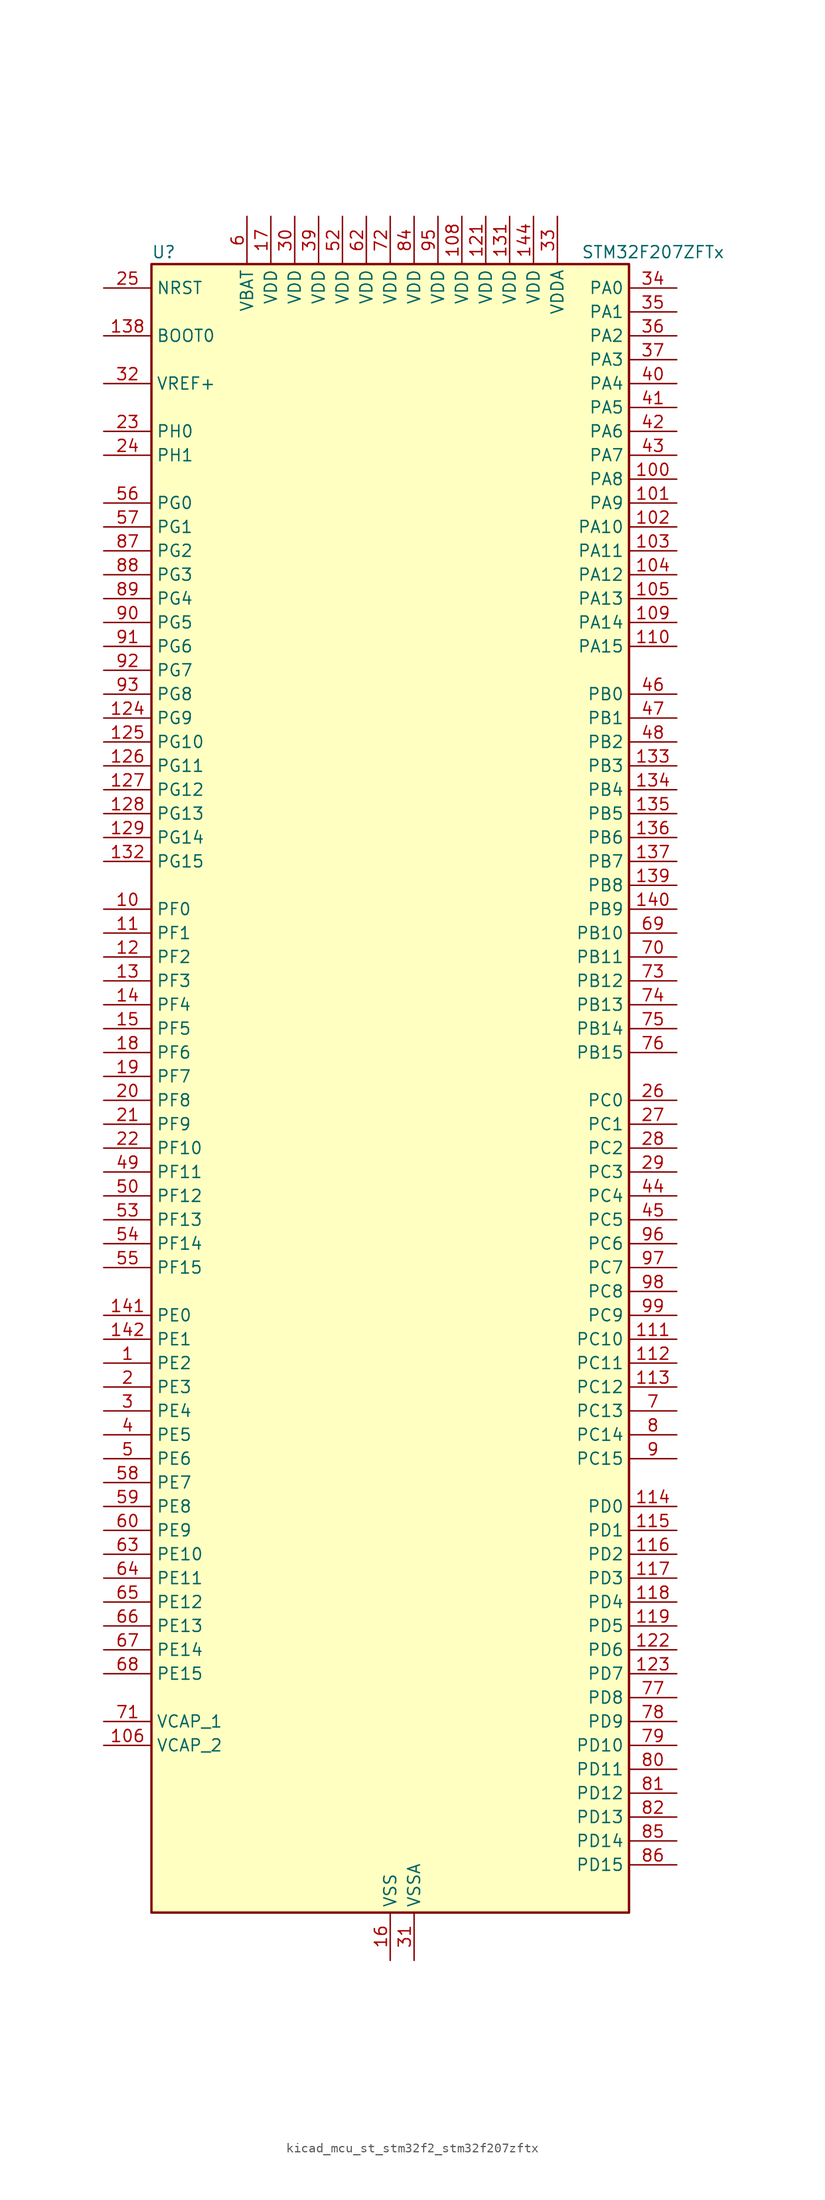
<source format=kicad_sym>
(kicad_symbol_lib
  (version 20220914)
  (generator kicad_symbol_editor)
  (symbol "kicad_mcu_st_stm32f2_stm32f207zftx"
    (property "Reference" "U"
      (at -25.4 90.17 0)
      (effects (font (size 1.27 1.27)) (justify left)))
    (property "Value" "STM32F207ZFTx"
      (at 20.32 90.17 0)
      (effects (font (size 1.27 1.27)) (justify left)))
    (property "ki_locked" ""
      (at 0 0 0)
      (effects (font (size 1.27 1.27))))
    (symbol "kicad_mcu_st_stm32f2_stm32f207zftx_0_1"
      (rectangle (start -25.4 -86.36) (end 25.4 88.9) (stroke (width 0.254) (type default)) (fill (type background))))
    (symbol "kicad_mcu_st_stm32f2_stm32f207zftx_1_1"
      (pin bidirectional line (at -30.48 -27.94 0) (length 5.08) (name "PE2" (effects (font (size 1.27 1.27)))) (number "1" (effects (font (size 1.27 1.27)))) (alternate "ETH_TXD3" bidirectional line) (alternate "FSMC_A23" bidirectional line) (alternate "SYS_TRACECLK" bidirectional line))
      (pin bidirectional line (at -30.48 20.32 0) (length 5.08) (name "PF0" (effects (font (size 1.27 1.27)))) (number "10" (effects (font (size 1.27 1.27)))) (alternate "FSMC_A0" bidirectional line) (alternate "I2C2_SDA" bidirectional line))
      (pin bidirectional line (at 30.48 66.04 180) (length 5.08) (name "PA8" (effects (font (size 1.27 1.27)))) (number "100" (effects (font (size 1.27 1.27)))) (alternate "I2C3_SCL" bidirectional line) (alternate "RCC_MCO_1" bidirectional line) (alternate "TIM1_CH1" bidirectional line) (alternate "USART1_CK" bidirectional line) (alternate "USB_OTG_FS_SOF" bidirectional line))
      (pin bidirectional line (at 30.48 63.5 180) (length 5.08) (name "PA9" (effects (font (size 1.27 1.27)))) (number "101" (effects (font (size 1.27 1.27)))) (alternate "DAC_EXTI9" bidirectional line) (alternate "DCMI_D0" bidirectional line) (alternate "I2C3_SMBA" bidirectional line) (alternate "TIM1_CH2" bidirectional line) (alternate "USART1_TX" bidirectional line) (alternate "USB_OTG_FS_VBUS" bidirectional line))
      (pin bidirectional line (at 30.48 60.96 180) (length 5.08) (name "PA10" (effects (font (size 1.27 1.27)))) (number "102" (effects (font (size 1.27 1.27)))) (alternate "DCMI_D1" bidirectional line) (alternate "TIM1_CH3" bidirectional line) (alternate "USART1_RX" bidirectional line) (alternate "USB_OTG_FS_ID" bidirectional line))
      (pin bidirectional line (at 30.48 58.42 180) (length 5.08) (name "PA11" (effects (font (size 1.27 1.27)))) (number "103" (effects (font (size 1.27 1.27)))) (alternate "ADC1_EXTI11" bidirectional line) (alternate "ADC2_EXTI11" bidirectional line) (alternate "ADC3_EXTI11" bidirectional line) (alternate "CAN1_RX" bidirectional line) (alternate "TIM1_CH4" bidirectional line) (alternate "USART1_CTS" bidirectional line) (alternate "USB_OTG_FS_DM" bidirectional line))
      (pin bidirectional line (at 30.48 55.88 180) (length 5.08) (name "PA12" (effects (font (size 1.27 1.27)))) (number "104" (effects (font (size 1.27 1.27)))) (alternate "CAN1_TX" bidirectional line) (alternate "TIM1_ETR" bidirectional line) (alternate "USART1_RTS" bidirectional line) (alternate "USB_OTG_FS_DP" bidirectional line))
      (pin bidirectional line (at 30.48 53.34 180) (length 5.08) (name "PA13" (effects (font (size 1.27 1.27)))) (number "105" (effects (font (size 1.27 1.27)))) (alternate "SYS_JTMS-SWDIO" bidirectional line))
      (pin power_out line (at -30.48 -68.58 0) (length 5.08) (name "VCAP_2" (effects (font (size 1.27 1.27)))) (number "106" (effects (font (size 1.27 1.27)))))
      (pin passive line (at 0 -91.44 90) (length 5.08) hide (name "VSS" (effects (font (size 1.27 1.27)))) (number "107" (effects (font (size 1.27 1.27)))))
      (pin power_in line (at 7.62 93.98 270) (length 5.08) (name "VDD" (effects (font (size 1.27 1.27)))) (number "108" (effects (font (size 1.27 1.27)))))
      (pin bidirectional line (at 30.48 50.8 180) (length 5.08) (name "PA14" (effects (font (size 1.27 1.27)))) (number "109" (effects (font (size 1.27 1.27)))) (alternate "SYS_JTCK-SWCLK" bidirectional line))
      (pin bidirectional line (at -30.48 17.78 0) (length 5.08) (name "PF1" (effects (font (size 1.27 1.27)))) (number "11" (effects (font (size 1.27 1.27)))) (alternate "FSMC_A1" bidirectional line) (alternate "I2C2_SCL" bidirectional line))
      (pin bidirectional line (at 30.48 48.26 180) (length 5.08) (name "PA15" (effects (font (size 1.27 1.27)))) (number "110" (effects (font (size 1.27 1.27)))) (alternate "ADC1_EXTI15" bidirectional line) (alternate "ADC2_EXTI15" bidirectional line) (alternate "ADC3_EXTI15" bidirectional line) (alternate "I2S3_WS" bidirectional line) (alternate "SPI1_NSS" bidirectional line) (alternate "SPI3_NSS" bidirectional line) (alternate "SYS_JTDI" bidirectional line) (alternate "TIM2_CH1" bidirectional line) (alternate "TIM2_ETR" bidirectional line))
      (pin bidirectional line (at 30.48 -25.4 180) (length 5.08) (name "PC10" (effects (font (size 1.27 1.27)))) (number "111" (effects (font (size 1.27 1.27)))) (alternate "DCMI_D8" bidirectional line) (alternate "I2S3_SCK" bidirectional line) (alternate "SDIO_D2" bidirectional line) (alternate "SPI3_SCK" bidirectional line) (alternate "UART4_TX" bidirectional line) (alternate "USART3_TX" bidirectional line))
      (pin bidirectional line (at 30.48 -27.94 180) (length 5.08) (name "PC11" (effects (font (size 1.27 1.27)))) (number "112" (effects (font (size 1.27 1.27)))) (alternate "ADC1_EXTI11" bidirectional line) (alternate "ADC2_EXTI11" bidirectional line) (alternate "ADC3_EXTI11" bidirectional line) (alternate "DCMI_D4" bidirectional line) (alternate "SDIO_D3" bidirectional line) (alternate "SPI3_MISO" bidirectional line) (alternate "UART4_RX" bidirectional line) (alternate "USART3_RX" bidirectional line))
      (pin bidirectional line (at 30.48 -30.48 180) (length 5.08) (name "PC12" (effects (font (size 1.27 1.27)))) (number "113" (effects (font (size 1.27 1.27)))) (alternate "DCMI_D9" bidirectional line) (alternate "I2S3_SD" bidirectional line) (alternate "SDIO_CK" bidirectional line) (alternate "SPI3_MOSI" bidirectional line) (alternate "UART5_TX" bidirectional line) (alternate "USART3_CK" bidirectional line))
      (pin bidirectional line (at 30.48 -43.18 180) (length 5.08) (name "PD0" (effects (font (size 1.27 1.27)))) (number "114" (effects (font (size 1.27 1.27)))) (alternate "CAN1_RX" bidirectional line) (alternate "FSMC_D2" bidirectional line) (alternate "FSMC_DA2" bidirectional line))
      (pin bidirectional line (at 30.48 -45.72 180) (length 5.08) (name "PD1" (effects (font (size 1.27 1.27)))) (number "115" (effects (font (size 1.27 1.27)))) (alternate "CAN1_TX" bidirectional line) (alternate "FSMC_D3" bidirectional line) (alternate "FSMC_DA3" bidirectional line))
      (pin bidirectional line (at 30.48 -48.26 180) (length 5.08) (name "PD2" (effects (font (size 1.27 1.27)))) (number "116" (effects (font (size 1.27 1.27)))) (alternate "DCMI_D11" bidirectional line) (alternate "SDIO_CMD" bidirectional line) (alternate "TIM3_ETR" bidirectional line) (alternate "UART5_RX" bidirectional line))
      (pin bidirectional line (at 30.48 -50.8 180) (length 5.08) (name "PD3" (effects (font (size 1.27 1.27)))) (number "117" (effects (font (size 1.27 1.27)))) (alternate "FSMC_CLK" bidirectional line) (alternate "USART2_CTS" bidirectional line))
      (pin bidirectional line (at 30.48 -53.34 180) (length 5.08) (name "PD4" (effects (font (size 1.27 1.27)))) (number "118" (effects (font (size 1.27 1.27)))) (alternate "FSMC_NOE" bidirectional line) (alternate "USART2_RTS" bidirectional line))
      (pin bidirectional line (at 30.48 -55.88 180) (length 5.08) (name "PD5" (effects (font (size 1.27 1.27)))) (number "119" (effects (font (size 1.27 1.27)))) (alternate "FSMC_NWE" bidirectional line) (alternate "USART2_TX" bidirectional line))
      (pin bidirectional line (at -30.48 15.24 0) (length 5.08) (name "PF2" (effects (font (size 1.27 1.27)))) (number "12" (effects (font (size 1.27 1.27)))) (alternate "FSMC_A2" bidirectional line) (alternate "I2C2_SMBA" bidirectional line))
      (pin passive line (at 0 -91.44 90) (length 5.08) hide (name "VSS" (effects (font (size 1.27 1.27)))) (number "120" (effects (font (size 1.27 1.27)))))
      (pin power_in line (at 10.16 93.98 270) (length 5.08) (name "VDD" (effects (font (size 1.27 1.27)))) (number "121" (effects (font (size 1.27 1.27)))))
      (pin bidirectional line (at 30.48 -58.42 180) (length 5.08) (name "PD6" (effects (font (size 1.27 1.27)))) (number "122" (effects (font (size 1.27 1.27)))) (alternate "FSMC_NWAIT" bidirectional line) (alternate "USART2_RX" bidirectional line))
      (pin bidirectional line (at 30.48 -60.96 180) (length 5.08) (name "PD7" (effects (font (size 1.27 1.27)))) (number "123" (effects (font (size 1.27 1.27)))) (alternate "FSMC_NCE2" bidirectional line) (alternate "FSMC_NE1" bidirectional line) (alternate "USART2_CK" bidirectional line))
      (pin bidirectional line (at -30.48 40.64 0) (length 5.08) (name "PG9" (effects (font (size 1.27 1.27)))) (number "124" (effects (font (size 1.27 1.27)))) (alternate "DAC_EXTI9" bidirectional line) (alternate "FSMC_NCE3" bidirectional line) (alternate "FSMC_NE2" bidirectional line) (alternate "USART6_RX" bidirectional line))
      (pin bidirectional line (at -30.48 38.1 0) (length 5.08) (name "PG10" (effects (font (size 1.27 1.27)))) (number "125" (effects (font (size 1.27 1.27)))) (alternate "FSMC_NCE4_1" bidirectional line) (alternate "FSMC_NE3" bidirectional line))
      (pin bidirectional line (at -30.48 35.56 0) (length 5.08) (name "PG11" (effects (font (size 1.27 1.27)))) (number "126" (effects (font (size 1.27 1.27)))) (alternate "ADC1_EXTI11" bidirectional line) (alternate "ADC2_EXTI11" bidirectional line) (alternate "ADC3_EXTI11" bidirectional line) (alternate "ETH_TX_EN" bidirectional line) (alternate "FSMC_NCE4_2" bidirectional line))
      (pin bidirectional line (at -30.48 33.02 0) (length 5.08) (name "PG12" (effects (font (size 1.27 1.27)))) (number "127" (effects (font (size 1.27 1.27)))) (alternate "FSMC_NE4" bidirectional line) (alternate "USART6_RTS" bidirectional line))
      (pin bidirectional line (at -30.48 30.48 0) (length 5.08) (name "PG13" (effects (font (size 1.27 1.27)))) (number "128" (effects (font (size 1.27 1.27)))) (alternate "ETH_TXD0" bidirectional line) (alternate "FSMC_A24" bidirectional line) (alternate "USART6_CTS" bidirectional line))
      (pin bidirectional line (at -30.48 27.94 0) (length 5.08) (name "PG14" (effects (font (size 1.27 1.27)))) (number "129" (effects (font (size 1.27 1.27)))) (alternate "ETH_TXD1" bidirectional line) (alternate "FSMC_A25" bidirectional line) (alternate "USART6_TX" bidirectional line))
      (pin bidirectional line (at -30.48 12.7 0) (length 5.08) (name "PF3" (effects (font (size 1.27 1.27)))) (number "13" (effects (font (size 1.27 1.27)))) (alternate "ADC3_IN9" bidirectional line) (alternate "FSMC_A3" bidirectional line))
      (pin passive line (at 0 -91.44 90) (length 5.08) hide (name "VSS" (effects (font (size 1.27 1.27)))) (number "130" (effects (font (size 1.27 1.27)))))
      (pin power_in line (at 12.7 93.98 270) (length 5.08) (name "VDD" (effects (font (size 1.27 1.27)))) (number "131" (effects (font (size 1.27 1.27)))))
      (pin bidirectional line (at -30.48 25.4 0) (length 5.08) (name "PG15" (effects (font (size 1.27 1.27)))) (number "132" (effects (font (size 1.27 1.27)))) (alternate "ADC1_EXTI15" bidirectional line) (alternate "ADC2_EXTI15" bidirectional line) (alternate "ADC3_EXTI15" bidirectional line) (alternate "DCMI_D13" bidirectional line) (alternate "USART6_CTS" bidirectional line))
      (pin bidirectional line (at 30.48 35.56 180) (length 5.08) (name "PB3" (effects (font (size 1.27 1.27)))) (number "133" (effects (font (size 1.27 1.27)))) (alternate "I2S3_SCK" bidirectional line) (alternate "SPI1_SCK" bidirectional line) (alternate "SPI3_SCK" bidirectional line) (alternate "SYS_JTDO-SWO" bidirectional line) (alternate "TIM2_CH2" bidirectional line))
      (pin bidirectional line (at 30.48 33.02 180) (length 5.08) (name "PB4" (effects (font (size 1.27 1.27)))) (number "134" (effects (font (size 1.27 1.27)))) (alternate "SPI1_MISO" bidirectional line) (alternate "SPI3_MISO" bidirectional line) (alternate "SYS_JTRST" bidirectional line) (alternate "TIM3_CH1" bidirectional line))
      (pin bidirectional line (at 30.48 30.48 180) (length 5.08) (name "PB5" (effects (font (size 1.27 1.27)))) (number "135" (effects (font (size 1.27 1.27)))) (alternate "CAN2_RX" bidirectional line) (alternate "DCMI_D10" bidirectional line) (alternate "ETH_PPS_OUT" bidirectional line) (alternate "I2C1_SMBA" bidirectional line) (alternate "I2S3_SD" bidirectional line) (alternate "SPI1_MOSI" bidirectional line) (alternate "SPI3_MOSI" bidirectional line) (alternate "TIM3_CH2" bidirectional line) (alternate "USB_OTG_HS_ULPI_D7" bidirectional line))
      (pin bidirectional line (at 30.48 27.94 180) (length 5.08) (name "PB6" (effects (font (size 1.27 1.27)))) (number "136" (effects (font (size 1.27 1.27)))) (alternate "CAN2_TX" bidirectional line) (alternate "DCMI_D5" bidirectional line) (alternate "I2C1_SCL" bidirectional line) (alternate "TIM4_CH1" bidirectional line) (alternate "USART1_TX" bidirectional line))
      (pin bidirectional line (at 30.48 25.4 180) (length 5.08) (name "PB7" (effects (font (size 1.27 1.27)))) (number "137" (effects (font (size 1.27 1.27)))) (alternate "DCMI_VSYNC" bidirectional line) (alternate "FSMC_NL" bidirectional line) (alternate "I2C1_SDA" bidirectional line) (alternate "TIM4_CH2" bidirectional line) (alternate "USART1_RX" bidirectional line))
      (pin input line (at -30.48 81.28 0) (length 5.08) (name "BOOT0" (effects (font (size 1.27 1.27)))) (number "138" (effects (font (size 1.27 1.27)))))
      (pin bidirectional line (at 30.48 22.86 180) (length 5.08) (name "PB8" (effects (font (size 1.27 1.27)))) (number "139" (effects (font (size 1.27 1.27)))) (alternate "CAN1_RX" bidirectional line) (alternate "DCMI_D6" bidirectional line) (alternate "ETH_TXD3" bidirectional line) (alternate "I2C1_SCL" bidirectional line) (alternate "SDIO_D4" bidirectional line) (alternate "TIM10_CH1" bidirectional line) (alternate "TIM4_CH3" bidirectional line))
      (pin bidirectional line (at -30.48 10.16 0) (length 5.08) (name "PF4" (effects (font (size 1.27 1.27)))) (number "14" (effects (font (size 1.27 1.27)))) (alternate "ADC3_IN14" bidirectional line) (alternate "FSMC_A4" bidirectional line))
      (pin bidirectional line (at 30.48 20.32 180) (length 5.08) (name "PB9" (effects (font (size 1.27 1.27)))) (number "140" (effects (font (size 1.27 1.27)))) (alternate "CAN1_TX" bidirectional line) (alternate "DAC_EXTI9" bidirectional line) (alternate "DCMI_D7" bidirectional line) (alternate "I2C1_SDA" bidirectional line) (alternate "I2S2_WS" bidirectional line) (alternate "SDIO_D5" bidirectional line) (alternate "SPI2_NSS" bidirectional line) (alternate "TIM11_CH1" bidirectional line) (alternate "TIM4_CH4" bidirectional line))
      (pin bidirectional line (at -30.48 -22.86 0) (length 5.08) (name "PE0" (effects (font (size 1.27 1.27)))) (number "141" (effects (font (size 1.27 1.27)))) (alternate "DCMI_D2" bidirectional line) (alternate "FSMC_NBL0" bidirectional line) (alternate "TIM4_ETR" bidirectional line))
      (pin bidirectional line (at -30.48 -25.4 0) (length 5.08) (name "PE1" (effects (font (size 1.27 1.27)))) (number "142" (effects (font (size 1.27 1.27)))) (alternate "DCMI_D3" bidirectional line) (alternate "FSMC_NBL1" bidirectional line))
      (pin no_connect line (at -25.4 -86.36 0) (length 5.08) hide (name "RFU" (effects (font (size 1.27 1.27)))) (number "143" (effects (font (size 1.27 1.27)))))
      (pin power_in line (at 15.24 93.98 270) (length 5.08) (name "VDD" (effects (font (size 1.27 1.27)))) (number "144" (effects (font (size 1.27 1.27)))))
      (pin bidirectional line (at -30.48 7.62 0) (length 5.08) (name "PF5" (effects (font (size 1.27 1.27)))) (number "15" (effects (font (size 1.27 1.27)))) (alternate "ADC3_IN15" bidirectional line) (alternate "FSMC_A5" bidirectional line))
      (pin power_in line (at 0 -91.44 90) (length 5.08) (name "VSS" (effects (font (size 1.27 1.27)))) (number "16" (effects (font (size 1.27 1.27)))))
      (pin power_in line (at -12.7 93.98 270) (length 5.08) (name "VDD" (effects (font (size 1.27 1.27)))) (number "17" (effects (font (size 1.27 1.27)))))
      (pin bidirectional line (at -30.48 5.08 0) (length 5.08) (name "PF6" (effects (font (size 1.27 1.27)))) (number "18" (effects (font (size 1.27 1.27)))) (alternate "ADC3_IN4" bidirectional line) (alternate "FSMC_NIORD" bidirectional line) (alternate "TIM10_CH1" bidirectional line))
      (pin bidirectional line (at -30.48 2.54 0) (length 5.08) (name "PF7" (effects (font (size 1.27 1.27)))) (number "19" (effects (font (size 1.27 1.27)))) (alternate "ADC3_IN5" bidirectional line) (alternate "FSMC_NREG" bidirectional line) (alternate "TIM11_CH1" bidirectional line))
      (pin bidirectional line (at -30.48 -30.48 0) (length 5.08) (name "PE3" (effects (font (size 1.27 1.27)))) (number "2" (effects (font (size 1.27 1.27)))) (alternate "FSMC_A19" bidirectional line) (alternate "SYS_TRACED0" bidirectional line))
      (pin bidirectional line (at -30.48 0 0) (length 5.08) (name "PF8" (effects (font (size 1.27 1.27)))) (number "20" (effects (font (size 1.27 1.27)))) (alternate "ADC3_IN6" bidirectional line) (alternate "FSMC_NIOWR" bidirectional line) (alternate "TIM13_CH1" bidirectional line))
      (pin bidirectional line (at -30.48 -2.54 0) (length 5.08) (name "PF9" (effects (font (size 1.27 1.27)))) (number "21" (effects (font (size 1.27 1.27)))) (alternate "ADC3_IN7" bidirectional line) (alternate "DAC_EXTI9" bidirectional line) (alternate "FSMC_CD" bidirectional line) (alternate "TIM14_CH1" bidirectional line))
      (pin bidirectional line (at -30.48 -5.08 0) (length 5.08) (name "PF10" (effects (font (size 1.27 1.27)))) (number "22" (effects (font (size 1.27 1.27)))) (alternate "ADC3_IN8" bidirectional line) (alternate "FSMC_INTR" bidirectional line))
      (pin bidirectional line (at -30.48 71.12 0) (length 5.08) (name "PH0" (effects (font (size 1.27 1.27)))) (number "23" (effects (font (size 1.27 1.27)))) (alternate "RCC_OSC_IN" bidirectional line))
      (pin bidirectional line (at -30.48 68.58 0) (length 5.08) (name "PH1" (effects (font (size 1.27 1.27)))) (number "24" (effects (font (size 1.27 1.27)))) (alternate "RCC_OSC_OUT" bidirectional line))
      (pin input line (at -30.48 86.36 0) (length 5.08) (name "NRST" (effects (font (size 1.27 1.27)))) (number "25" (effects (font (size 1.27 1.27)))))
      (pin bidirectional line (at 30.48 0 180) (length 5.08) (name "PC0" (effects (font (size 1.27 1.27)))) (number "26" (effects (font (size 1.27 1.27)))) (alternate "ADC1_IN10" bidirectional line) (alternate "ADC2_IN10" bidirectional line) (alternate "ADC3_IN10" bidirectional line) (alternate "USB_OTG_HS_ULPI_STP" bidirectional line))
      (pin bidirectional line (at 30.48 -2.54 180) (length 5.08) (name "PC1" (effects (font (size 1.27 1.27)))) (number "27" (effects (font (size 1.27 1.27)))) (alternate "ADC1_IN11" bidirectional line) (alternate "ADC2_IN11" bidirectional line) (alternate "ADC3_IN11" bidirectional line) (alternate "ETH_MDC" bidirectional line))
      (pin bidirectional line (at 30.48 -5.08 180) (length 5.08) (name "PC2" (effects (font (size 1.27 1.27)))) (number "28" (effects (font (size 1.27 1.27)))) (alternate "ADC1_IN12" bidirectional line) (alternate "ADC2_IN12" bidirectional line) (alternate "ADC3_IN12" bidirectional line) (alternate "ETH_TXD2" bidirectional line) (alternate "SPI2_MISO" bidirectional line) (alternate "USB_OTG_HS_ULPI_DIR" bidirectional line))
      (pin bidirectional line (at 30.48 -7.62 180) (length 5.08) (name "PC3" (effects (font (size 1.27 1.27)))) (number "29" (effects (font (size 1.27 1.27)))) (alternate "ADC1_IN13" bidirectional line) (alternate "ADC2_IN13" bidirectional line) (alternate "ADC3_IN13" bidirectional line) (alternate "ETH_TX_CLK" bidirectional line) (alternate "I2S2_SD" bidirectional line) (alternate "SPI2_MOSI" bidirectional line) (alternate "USB_OTG_HS_ULPI_NXT" bidirectional line))
      (pin bidirectional line (at -30.48 -33.02 0) (length 5.08) (name "PE4" (effects (font (size 1.27 1.27)))) (number "3" (effects (font (size 1.27 1.27)))) (alternate "DCMI_D4" bidirectional line) (alternate "FSMC_A20" bidirectional line) (alternate "SYS_TRACED1" bidirectional line))
      (pin power_in line (at -10.16 93.98 270) (length 5.08) (name "VDD" (effects (font (size 1.27 1.27)))) (number "30" (effects (font (size 1.27 1.27)))))
      (pin power_in line (at 2.54 -91.44 90) (length 5.08) (name "VSSA" (effects (font (size 1.27 1.27)))) (number "31" (effects (font (size 1.27 1.27)))))
      (pin input line (at -30.48 76.2 0) (length 5.08) (name "VREF+" (effects (font (size 1.27 1.27)))) (number "32" (effects (font (size 1.27 1.27)))))
      (pin power_in line (at 17.78 93.98 270) (length 5.08) (name "VDDA" (effects (font (size 1.27 1.27)))) (number "33" (effects (font (size 1.27 1.27)))))
      (pin bidirectional line (at 30.48 86.36 180) (length 5.08) (name "PA0" (effects (font (size 1.27 1.27)))) (number "34" (effects (font (size 1.27 1.27)))) (alternate "ADC1_IN0" bidirectional line) (alternate "ADC2_IN0" bidirectional line) (alternate "ADC3_IN0" bidirectional line) (alternate "ETH_CRS" bidirectional line) (alternate "SYS_WKUP" bidirectional line) (alternate "TIM2_CH1" bidirectional line) (alternate "TIM2_ETR" bidirectional line) (alternate "TIM5_CH1" bidirectional line) (alternate "TIM8_ETR" bidirectional line) (alternate "UART4_TX" bidirectional line) (alternate "USART2_CTS" bidirectional line))
      (pin bidirectional line (at 30.48 83.82 180) (length 5.08) (name "PA1" (effects (font (size 1.27 1.27)))) (number "35" (effects (font (size 1.27 1.27)))) (alternate "ADC1_IN1" bidirectional line) (alternate "ADC2_IN1" bidirectional line) (alternate "ADC3_IN1" bidirectional line) (alternate "ETH_REF_CLK" bidirectional line) (alternate "ETH_RX_CLK" bidirectional line) (alternate "TIM2_CH2" bidirectional line) (alternate "TIM5_CH2" bidirectional line) (alternate "UART4_RX" bidirectional line) (alternate "USART2_RTS" bidirectional line))
      (pin bidirectional line (at 30.48 81.28 180) (length 5.08) (name "PA2" (effects (font (size 1.27 1.27)))) (number "36" (effects (font (size 1.27 1.27)))) (alternate "ADC1_IN2" bidirectional line) (alternate "ADC2_IN2" bidirectional line) (alternate "ADC3_IN2" bidirectional line) (alternate "ETH_MDIO" bidirectional line) (alternate "TIM2_CH3" bidirectional line) (alternate "TIM5_CH3" bidirectional line) (alternate "TIM9_CH1" bidirectional line) (alternate "USART2_TX" bidirectional line))
      (pin bidirectional line (at 30.48 78.74 180) (length 5.08) (name "PA3" (effects (font (size 1.27 1.27)))) (number "37" (effects (font (size 1.27 1.27)))) (alternate "ADC1_IN3" bidirectional line) (alternate "ADC2_IN3" bidirectional line) (alternate "ADC3_IN3" bidirectional line) (alternate "ETH_COL" bidirectional line) (alternate "TIM2_CH4" bidirectional line) (alternate "TIM5_CH4" bidirectional line) (alternate "TIM9_CH2" bidirectional line) (alternate "USART2_RX" bidirectional line) (alternate "USB_OTG_HS_ULPI_D0" bidirectional line))
      (pin passive line (at 0 -91.44 90) (length 5.08) hide (name "VSS" (effects (font (size 1.27 1.27)))) (number "38" (effects (font (size 1.27 1.27)))))
      (pin power_in line (at -7.62 93.98 270) (length 5.08) (name "VDD" (effects (font (size 1.27 1.27)))) (number "39" (effects (font (size 1.27 1.27)))))
      (pin bidirectional line (at -30.48 -35.56 0) (length 5.08) (name "PE5" (effects (font (size 1.27 1.27)))) (number "4" (effects (font (size 1.27 1.27)))) (alternate "DCMI_D6" bidirectional line) (alternate "FSMC_A21" bidirectional line) (alternate "SYS_TRACED2" bidirectional line) (alternate "TIM9_CH1" bidirectional line))
      (pin bidirectional line (at 30.48 76.2 180) (length 5.08) (name "PA4" (effects (font (size 1.27 1.27)))) (number "40" (effects (font (size 1.27 1.27)))) (alternate "ADC1_IN4" bidirectional line) (alternate "ADC2_IN4" bidirectional line) (alternate "DAC_OUT1" bidirectional line) (alternate "DCMI_HSYNC" bidirectional line) (alternate "I2S3_WS" bidirectional line) (alternate "SPI1_NSS" bidirectional line) (alternate "SPI3_NSS" bidirectional line) (alternate "USART2_CK" bidirectional line) (alternate "USB_OTG_HS_SOF" bidirectional line))
      (pin bidirectional line (at 30.48 73.66 180) (length 5.08) (name "PA5" (effects (font (size 1.27 1.27)))) (number "41" (effects (font (size 1.27 1.27)))) (alternate "ADC1_IN5" bidirectional line) (alternate "ADC2_IN5" bidirectional line) (alternate "DAC_OUT2" bidirectional line) (alternate "SPI1_SCK" bidirectional line) (alternate "TIM2_CH1" bidirectional line) (alternate "TIM2_ETR" bidirectional line) (alternate "TIM8_CH1N" bidirectional line) (alternate "USB_OTG_HS_ULPI_CK" bidirectional line))
      (pin bidirectional line (at 30.48 71.12 180) (length 5.08) (name "PA6" (effects (font (size 1.27 1.27)))) (number "42" (effects (font (size 1.27 1.27)))) (alternate "ADC1_IN6" bidirectional line) (alternate "ADC2_IN6" bidirectional line) (alternate "DCMI_PIXCLK" bidirectional line) (alternate "SPI1_MISO" bidirectional line) (alternate "TIM13_CH1" bidirectional line) (alternate "TIM1_BKIN" bidirectional line) (alternate "TIM3_CH1" bidirectional line) (alternate "TIM8_BKIN" bidirectional line))
      (pin bidirectional line (at 30.48 68.58 180) (length 5.08) (name "PA7" (effects (font (size 1.27 1.27)))) (number "43" (effects (font (size 1.27 1.27)))) (alternate "ADC1_IN7" bidirectional line) (alternate "ADC2_IN7" bidirectional line) (alternate "ETH_CRS_DV" bidirectional line) (alternate "ETH_RX_DV" bidirectional line) (alternate "SPI1_MOSI" bidirectional line) (alternate "TIM14_CH1" bidirectional line) (alternate "TIM1_CH1N" bidirectional line) (alternate "TIM3_CH2" bidirectional line) (alternate "TIM8_CH1N" bidirectional line))
      (pin bidirectional line (at 30.48 -10.16 180) (length 5.08) (name "PC4" (effects (font (size 1.27 1.27)))) (number "44" (effects (font (size 1.27 1.27)))) (alternate "ADC1_IN14" bidirectional line) (alternate "ADC2_IN14" bidirectional line) (alternate "ETH_RXD0" bidirectional line))
      (pin bidirectional line (at 30.48 -12.7 180) (length 5.08) (name "PC5" (effects (font (size 1.27 1.27)))) (number "45" (effects (font (size 1.27 1.27)))) (alternate "ADC1_IN15" bidirectional line) (alternate "ADC2_IN15" bidirectional line) (alternate "ETH_RXD1" bidirectional line))
      (pin bidirectional line (at 30.48 43.18 180) (length 5.08) (name "PB0" (effects (font (size 1.27 1.27)))) (number "46" (effects (font (size 1.27 1.27)))) (alternate "ADC1_IN8" bidirectional line) (alternate "ADC2_IN8" bidirectional line) (alternate "ETH_RXD2" bidirectional line) (alternate "TIM1_CH2N" bidirectional line) (alternate "TIM3_CH3" bidirectional line) (alternate "TIM8_CH2N" bidirectional line) (alternate "USB_OTG_HS_ULPI_D1" bidirectional line))
      (pin bidirectional line (at 30.48 40.64 180) (length 5.08) (name "PB1" (effects (font (size 1.27 1.27)))) (number "47" (effects (font (size 1.27 1.27)))) (alternate "ADC1_IN9" bidirectional line) (alternate "ADC2_IN9" bidirectional line) (alternate "ETH_RXD3" bidirectional line) (alternate "TIM1_CH3N" bidirectional line) (alternate "TIM3_CH4" bidirectional line) (alternate "TIM8_CH3N" bidirectional line) (alternate "USB_OTG_HS_ULPI_D2" bidirectional line))
      (pin bidirectional line (at 30.48 38.1 180) (length 5.08) (name "PB2" (effects (font (size 1.27 1.27)))) (number "48" (effects (font (size 1.27 1.27)))))
      (pin bidirectional line (at -30.48 -7.62 0) (length 5.08) (name "PF11" (effects (font (size 1.27 1.27)))) (number "49" (effects (font (size 1.27 1.27)))) (alternate "ADC1_EXTI11" bidirectional line) (alternate "ADC2_EXTI11" bidirectional line) (alternate "ADC3_EXTI11" bidirectional line) (alternate "DCMI_D12" bidirectional line))
      (pin bidirectional line (at -30.48 -38.1 0) (length 5.08) (name "PE6" (effects (font (size 1.27 1.27)))) (number "5" (effects (font (size 1.27 1.27)))) (alternate "DCMI_D7" bidirectional line) (alternate "FSMC_A22" bidirectional line) (alternate "SYS_TRACED3" bidirectional line) (alternate "TIM9_CH2" bidirectional line))
      (pin bidirectional line (at -30.48 -10.16 0) (length 5.08) (name "PF12" (effects (font (size 1.27 1.27)))) (number "50" (effects (font (size 1.27 1.27)))) (alternate "FSMC_A6" bidirectional line))
      (pin passive line (at 0 -91.44 90) (length 5.08) hide (name "VSS" (effects (font (size 1.27 1.27)))) (number "51" (effects (font (size 1.27 1.27)))))
      (pin power_in line (at -5.08 93.98 270) (length 5.08) (name "VDD" (effects (font (size 1.27 1.27)))) (number "52" (effects (font (size 1.27 1.27)))))
      (pin bidirectional line (at -30.48 -12.7 0) (length 5.08) (name "PF13" (effects (font (size 1.27 1.27)))) (number "53" (effects (font (size 1.27 1.27)))) (alternate "FSMC_A7" bidirectional line))
      (pin bidirectional line (at -30.48 -15.24 0) (length 5.08) (name "PF14" (effects (font (size 1.27 1.27)))) (number "54" (effects (font (size 1.27 1.27)))) (alternate "FSMC_A8" bidirectional line))
      (pin bidirectional line (at -30.48 -17.78 0) (length 5.08) (name "PF15" (effects (font (size 1.27 1.27)))) (number "55" (effects (font (size 1.27 1.27)))) (alternate "ADC1_EXTI15" bidirectional line) (alternate "ADC2_EXTI15" bidirectional line) (alternate "ADC3_EXTI15" bidirectional line) (alternate "FSMC_A9" bidirectional line))
      (pin bidirectional line (at -30.48 63.5 0) (length 5.08) (name "PG0" (effects (font (size 1.27 1.27)))) (number "56" (effects (font (size 1.27 1.27)))) (alternate "FSMC_A10" bidirectional line))
      (pin bidirectional line (at -30.48 60.96 0) (length 5.08) (name "PG1" (effects (font (size 1.27 1.27)))) (number "57" (effects (font (size 1.27 1.27)))) (alternate "FSMC_A11" bidirectional line))
      (pin bidirectional line (at -30.48 -40.64 0) (length 5.08) (name "PE7" (effects (font (size 1.27 1.27)))) (number "58" (effects (font (size 1.27 1.27)))) (alternate "FSMC_D4" bidirectional line) (alternate "FSMC_DA4" bidirectional line) (alternate "TIM1_ETR" bidirectional line))
      (pin bidirectional line (at -30.48 -43.18 0) (length 5.08) (name "PE8" (effects (font (size 1.27 1.27)))) (number "59" (effects (font (size 1.27 1.27)))) (alternate "FSMC_D5" bidirectional line) (alternate "FSMC_DA5" bidirectional line) (alternate "TIM1_CH1N" bidirectional line))
      (pin power_in line (at -15.24 93.98 270) (length 5.08) (name "VBAT" (effects (font (size 1.27 1.27)))) (number "6" (effects (font (size 1.27 1.27)))))
      (pin bidirectional line (at -30.48 -45.72 0) (length 5.08) (name "PE9" (effects (font (size 1.27 1.27)))) (number "60" (effects (font (size 1.27 1.27)))) (alternate "DAC_EXTI9" bidirectional line) (alternate "FSMC_D6" bidirectional line) (alternate "FSMC_DA6" bidirectional line) (alternate "TIM1_CH1" bidirectional line))
      (pin passive line (at 0 -91.44 90) (length 5.08) hide (name "VSS" (effects (font (size 1.27 1.27)))) (number "61" (effects (font (size 1.27 1.27)))))
      (pin power_in line (at -2.54 93.98 270) (length 5.08) (name "VDD" (effects (font (size 1.27 1.27)))) (number "62" (effects (font (size 1.27 1.27)))))
      (pin bidirectional line (at -30.48 -48.26 0) (length 5.08) (name "PE10" (effects (font (size 1.27 1.27)))) (number "63" (effects (font (size 1.27 1.27)))) (alternate "FSMC_D7" bidirectional line) (alternate "FSMC_DA7" bidirectional line) (alternate "TIM1_CH2N" bidirectional line))
      (pin bidirectional line (at -30.48 -50.8 0) (length 5.08) (name "PE11" (effects (font (size 1.27 1.27)))) (number "64" (effects (font (size 1.27 1.27)))) (alternate "ADC1_EXTI11" bidirectional line) (alternate "ADC2_EXTI11" bidirectional line) (alternate "ADC3_EXTI11" bidirectional line) (alternate "FSMC_D8" bidirectional line) (alternate "FSMC_DA8" bidirectional line) (alternate "TIM1_CH2" bidirectional line))
      (pin bidirectional line (at -30.48 -53.34 0) (length 5.08) (name "PE12" (effects (font (size 1.27 1.27)))) (number "65" (effects (font (size 1.27 1.27)))) (alternate "FSMC_D9" bidirectional line) (alternate "FSMC_DA9" bidirectional line) (alternate "TIM1_CH3N" bidirectional line))
      (pin bidirectional line (at -30.48 -55.88 0) (length 5.08) (name "PE13" (effects (font (size 1.27 1.27)))) (number "66" (effects (font (size 1.27 1.27)))) (alternate "FSMC_D10" bidirectional line) (alternate "FSMC_DA10" bidirectional line) (alternate "TIM1_CH3" bidirectional line))
      (pin bidirectional line (at -30.48 -58.42 0) (length 5.08) (name "PE14" (effects (font (size 1.27 1.27)))) (number "67" (effects (font (size 1.27 1.27)))) (alternate "FSMC_D11" bidirectional line) (alternate "FSMC_DA11" bidirectional line) (alternate "TIM1_CH4" bidirectional line))
      (pin bidirectional line (at -30.48 -60.96 0) (length 5.08) (name "PE15" (effects (font (size 1.27 1.27)))) (number "68" (effects (font (size 1.27 1.27)))) (alternate "ADC1_EXTI15" bidirectional line) (alternate "ADC2_EXTI15" bidirectional line) (alternate "ADC3_EXTI15" bidirectional line) (alternate "FSMC_D12" bidirectional line) (alternate "FSMC_DA12" bidirectional line) (alternate "TIM1_BKIN" bidirectional line))
      (pin bidirectional line (at 30.48 17.78 180) (length 5.08) (name "PB10" (effects (font (size 1.27 1.27)))) (number "69" (effects (font (size 1.27 1.27)))) (alternate "ETH_RX_ER" bidirectional line) (alternate "I2C2_SCL" bidirectional line) (alternate "I2S2_SCK" bidirectional line) (alternate "SPI2_SCK" bidirectional line) (alternate "TIM2_CH3" bidirectional line) (alternate "USART3_TX" bidirectional line) (alternate "USB_OTG_HS_ULPI_D3" bidirectional line))
      (pin bidirectional line (at 30.48 -33.02 180) (length 5.08) (name "PC13" (effects (font (size 1.27 1.27)))) (number "7" (effects (font (size 1.27 1.27)))) (alternate "RTC_AF1" bidirectional line))
      (pin bidirectional line (at 30.48 15.24 180) (length 5.08) (name "PB11" (effects (font (size 1.27 1.27)))) (number "70" (effects (font (size 1.27 1.27)))) (alternate "ADC1_EXTI11" bidirectional line) (alternate "ADC2_EXTI11" bidirectional line) (alternate "ADC3_EXTI11" bidirectional line) (alternate "ETH_TX_EN" bidirectional line) (alternate "I2C2_SDA" bidirectional line) (alternate "TIM2_CH4" bidirectional line) (alternate "USART3_RX" bidirectional line) (alternate "USB_OTG_HS_ULPI_D4" bidirectional line))
      (pin power_out line (at -30.48 -66.04 0) (length 5.08) (name "VCAP_1" (effects (font (size 1.27 1.27)))) (number "71" (effects (font (size 1.27 1.27)))))
      (pin power_in line (at 0 93.98 270) (length 5.08) (name "VDD" (effects (font (size 1.27 1.27)))) (number "72" (effects (font (size 1.27 1.27)))))
      (pin bidirectional line (at 30.48 12.7 180) (length 5.08) (name "PB12" (effects (font (size 1.27 1.27)))) (number "73" (effects (font (size 1.27 1.27)))) (alternate "CAN2_RX" bidirectional line) (alternate "ETH_TXD0" bidirectional line) (alternate "I2C2_SMBA" bidirectional line) (alternate "I2S2_WS" bidirectional line) (alternate "SPI2_NSS" bidirectional line) (alternate "TIM1_BKIN" bidirectional line) (alternate "USART3_CK" bidirectional line) (alternate "USB_OTG_HS_ID" bidirectional line) (alternate "USB_OTG_HS_ULPI_D5" bidirectional line))
      (pin bidirectional line (at 30.48 10.16 180) (length 5.08) (name "PB13" (effects (font (size 1.27 1.27)))) (number "74" (effects (font (size 1.27 1.27)))) (alternate "CAN2_TX" bidirectional line) (alternate "ETH_TXD1" bidirectional line) (alternate "I2S2_SCK" bidirectional line) (alternate "SPI2_SCK" bidirectional line) (alternate "TIM1_CH1N" bidirectional line) (alternate "USART3_CTS" bidirectional line) (alternate "USB_OTG_HS_ULPI_D6" bidirectional line) (alternate "USB_OTG_HS_VBUS" bidirectional line))
      (pin bidirectional line (at 30.48 7.62 180) (length 5.08) (name "PB14" (effects (font (size 1.27 1.27)))) (number "75" (effects (font (size 1.27 1.27)))) (alternate "SPI2_MISO" bidirectional line) (alternate "TIM12_CH1" bidirectional line) (alternate "TIM1_CH2N" bidirectional line) (alternate "TIM8_CH2N" bidirectional line) (alternate "USART3_RTS" bidirectional line) (alternate "USB_OTG_HS_DM" bidirectional line))
      (pin bidirectional line (at 30.48 5.08 180) (length 5.08) (name "PB15" (effects (font (size 1.27 1.27)))) (number "76" (effects (font (size 1.27 1.27)))) (alternate "ADC1_EXTI15" bidirectional line) (alternate "ADC2_EXTI15" bidirectional line) (alternate "ADC3_EXTI15" bidirectional line) (alternate "I2S2_SD" bidirectional line) (alternate "RTC_REFIN" bidirectional line) (alternate "SPI2_MOSI" bidirectional line) (alternate "TIM12_CH2" bidirectional line) (alternate "TIM1_CH3N" bidirectional line) (alternate "TIM8_CH3N" bidirectional line) (alternate "USB_OTG_HS_DP" bidirectional line))
      (pin bidirectional line (at 30.48 -63.5 180) (length 5.08) (name "PD8" (effects (font (size 1.27 1.27)))) (number "77" (effects (font (size 1.27 1.27)))) (alternate "FSMC_D13" bidirectional line) (alternate "FSMC_DA13" bidirectional line) (alternate "USART3_TX" bidirectional line))
      (pin bidirectional line (at 30.48 -66.04 180) (length 5.08) (name "PD9" (effects (font (size 1.27 1.27)))) (number "78" (effects (font (size 1.27 1.27)))) (alternate "DAC_EXTI9" bidirectional line) (alternate "FSMC_D14" bidirectional line) (alternate "FSMC_DA14" bidirectional line) (alternate "USART3_RX" bidirectional line))
      (pin bidirectional line (at 30.48 -68.58 180) (length 5.08) (name "PD10" (effects (font (size 1.27 1.27)))) (number "79" (effects (font (size 1.27 1.27)))) (alternate "FSMC_D15" bidirectional line) (alternate "FSMC_DA15" bidirectional line) (alternate "USART3_CK" bidirectional line))
      (pin bidirectional line (at 30.48 -35.56 180) (length 5.08) (name "PC14" (effects (font (size 1.27 1.27)))) (number "8" (effects (font (size 1.27 1.27)))) (alternate "RCC_OSC32_IN" bidirectional line))
      (pin bidirectional line (at 30.48 -71.12 180) (length 5.08) (name "PD11" (effects (font (size 1.27 1.27)))) (number "80" (effects (font (size 1.27 1.27)))) (alternate "ADC1_EXTI11" bidirectional line) (alternate "ADC2_EXTI11" bidirectional line) (alternate "ADC3_EXTI11" bidirectional line) (alternate "FSMC_A16" bidirectional line) (alternate "FSMC_CLE" bidirectional line) (alternate "USART3_CTS" bidirectional line))
      (pin bidirectional line (at 30.48 -73.66 180) (length 5.08) (name "PD12" (effects (font (size 1.27 1.27)))) (number "81" (effects (font (size 1.27 1.27)))) (alternate "FSMC_A17" bidirectional line) (alternate "FSMC_ALE" bidirectional line) (alternate "TIM4_CH1" bidirectional line) (alternate "USART3_RTS" bidirectional line))
      (pin bidirectional line (at 30.48 -76.2 180) (length 5.08) (name "PD13" (effects (font (size 1.27 1.27)))) (number "82" (effects (font (size 1.27 1.27)))) (alternate "FSMC_A18" bidirectional line) (alternate "TIM4_CH2" bidirectional line))
      (pin passive line (at 0 -91.44 90) (length 5.08) hide (name "VSS" (effects (font (size 1.27 1.27)))) (number "83" (effects (font (size 1.27 1.27)))))
      (pin power_in line (at 2.54 93.98 270) (length 5.08) (name "VDD" (effects (font (size 1.27 1.27)))) (number "84" (effects (font (size 1.27 1.27)))))
      (pin bidirectional line (at 30.48 -78.74 180) (length 5.08) (name "PD14" (effects (font (size 1.27 1.27)))) (number "85" (effects (font (size 1.27 1.27)))) (alternate "FSMC_D0" bidirectional line) (alternate "FSMC_DA0" bidirectional line) (alternate "TIM4_CH3" bidirectional line))
      (pin bidirectional line (at 30.48 -81.28 180) (length 5.08) (name "PD15" (effects (font (size 1.27 1.27)))) (number "86" (effects (font (size 1.27 1.27)))) (alternate "ADC1_EXTI15" bidirectional line) (alternate "ADC2_EXTI15" bidirectional line) (alternate "ADC3_EXTI15" bidirectional line) (alternate "FSMC_D1" bidirectional line) (alternate "FSMC_DA1" bidirectional line) (alternate "TIM4_CH4" bidirectional line))
      (pin bidirectional line (at -30.48 58.42 0) (length 5.08) (name "PG2" (effects (font (size 1.27 1.27)))) (number "87" (effects (font (size 1.27 1.27)))) (alternate "FSMC_A12" bidirectional line))
      (pin bidirectional line (at -30.48 55.88 0) (length 5.08) (name "PG3" (effects (font (size 1.27 1.27)))) (number "88" (effects (font (size 1.27 1.27)))) (alternate "FSMC_A13" bidirectional line))
      (pin bidirectional line (at -30.48 53.34 0) (length 5.08) (name "PG4" (effects (font (size 1.27 1.27)))) (number "89" (effects (font (size 1.27 1.27)))) (alternate "FSMC_A14" bidirectional line))
      (pin bidirectional line (at 30.48 -38.1 180) (length 5.08) (name "PC15" (effects (font (size 1.27 1.27)))) (number "9" (effects (font (size 1.27 1.27)))) (alternate "ADC1_EXTI15" bidirectional line) (alternate "ADC2_EXTI15" bidirectional line) (alternate "ADC3_EXTI15" bidirectional line) (alternate "RCC_OSC32_OUT" bidirectional line))
      (pin bidirectional line (at -30.48 50.8 0) (length 5.08) (name "PG5" (effects (font (size 1.27 1.27)))) (number "90" (effects (font (size 1.27 1.27)))) (alternate "FSMC_A15" bidirectional line))
      (pin bidirectional line (at -30.48 48.26 0) (length 5.08) (name "PG6" (effects (font (size 1.27 1.27)))) (number "91" (effects (font (size 1.27 1.27)))) (alternate "FSMC_INT2" bidirectional line))
      (pin bidirectional line (at -30.48 45.72 0) (length 5.08) (name "PG7" (effects (font (size 1.27 1.27)))) (number "92" (effects (font (size 1.27 1.27)))) (alternate "FSMC_INT3" bidirectional line) (alternate "USART6_CK" bidirectional line))
      (pin bidirectional line (at -30.48 43.18 0) (length 5.08) (name "PG8" (effects (font (size 1.27 1.27)))) (number "93" (effects (font (size 1.27 1.27)))) (alternate "ETH_PPS_OUT" bidirectional line) (alternate "USART6_RTS" bidirectional line))
      (pin passive line (at 0 -91.44 90) (length 5.08) hide (name "VSS" (effects (font (size 1.27 1.27)))) (number "94" (effects (font (size 1.27 1.27)))))
      (pin power_in line (at 5.08 93.98 270) (length 5.08) (name "VDD" (effects (font (size 1.27 1.27)))) (number "95" (effects (font (size 1.27 1.27)))))
      (pin bidirectional line (at 30.48 -15.24 180) (length 5.08) (name "PC6" (effects (font (size 1.27 1.27)))) (number "96" (effects (font (size 1.27 1.27)))) (alternate "DCMI_D0" bidirectional line) (alternate "I2S2_MCK" bidirectional line) (alternate "SDIO_D6" bidirectional line) (alternate "TIM3_CH1" bidirectional line) (alternate "TIM8_CH1" bidirectional line) (alternate "USART6_TX" bidirectional line))
      (pin bidirectional line (at 30.48 -17.78 180) (length 5.08) (name "PC7" (effects (font (size 1.27 1.27)))) (number "97" (effects (font (size 1.27 1.27)))) (alternate "DCMI_D1" bidirectional line) (alternate "I2S3_MCK" bidirectional line) (alternate "SDIO_D7" bidirectional line) (alternate "TIM3_CH2" bidirectional line) (alternate "TIM8_CH2" bidirectional line) (alternate "USART6_RX" bidirectional line))
      (pin bidirectional line (at 30.48 -20.32 180) (length 5.08) (name "PC8" (effects (font (size 1.27 1.27)))) (number "98" (effects (font (size 1.27 1.27)))) (alternate "DCMI_D2" bidirectional line) (alternate "SDIO_D0" bidirectional line) (alternate "TIM3_CH3" bidirectional line) (alternate "TIM8_CH3" bidirectional line) (alternate "USART6_CK" bidirectional line))
      (pin bidirectional line (at 30.48 -22.86 180) (length 5.08) (name "PC9" (effects (font (size 1.27 1.27)))) (number "99" (effects (font (size 1.27 1.27)))) (alternate "DAC_EXTI9" bidirectional line) (alternate "DCMI_D3" bidirectional line) (alternate "I2C3_SDA" bidirectional line) (alternate "I2S_CKIN" bidirectional line) (alternate "RCC_MCO_2" bidirectional line) (alternate "SDIO_D1" bidirectional line) (alternate "TIM3_CH4" bidirectional line) (alternate "TIM8_CH4" bidirectional line)))))
</source>
